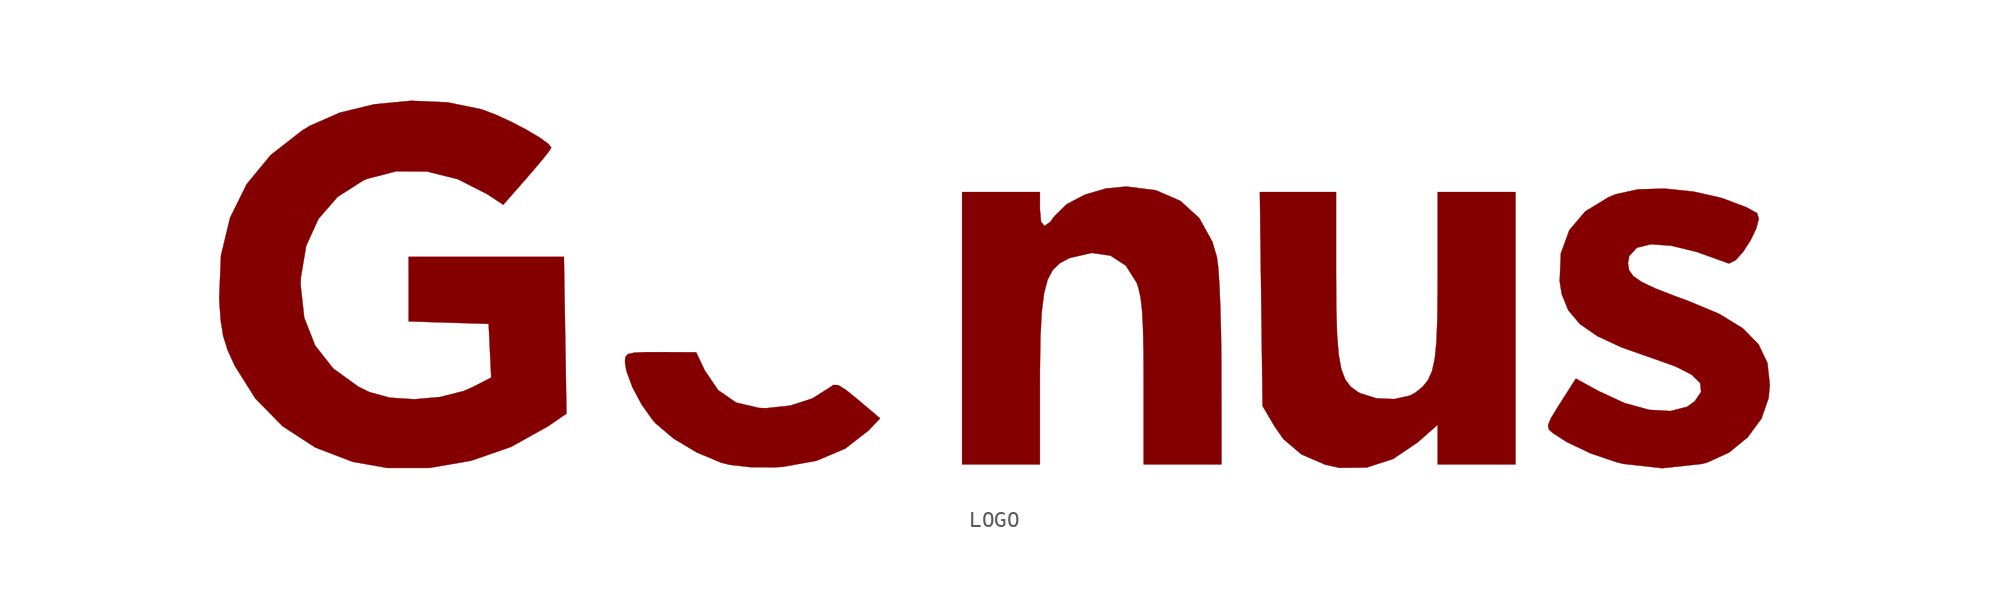
<source format=kicad_sym>
(kicad_symbol_lib
  (version 20210619)
  (generator bitmap2component)
  (symbol "LOGO"
    (pin_names
      (offset 1.016))
    (property "Reference" "#G"
      (at 0 13.416 0)
      (effects (font (size 1.27 1.27)) hide))
    (symbol "LOGO_0_0"
      (polyline (pts (xy -32.853 -11.393) (xy -30.337 -10.519) (xy -28.042 -9.239) (xy -26.886 -8.444) (xy -26.965 -3.547) (xy -27.045 1.351) (xy -36.749 1.351) (xy -36.749 -2.682) (xy -34.249 -2.76) (xy -31.75 -2.837) (xy -31.67 -4.514) (xy -31.59 -6.191) (xy -32.751 -6.788) (xy -33.316 -7.034) (xy -34.777 -7.406) (xy -36.383 -7.548) (xy -37.927 -7.449) (xy -39.204 -7.1) (xy -39.887 -6.764) (xy -41.465 -5.625) (xy -42.596 -4.183) (xy -43.275 -2.446) (xy -43.498 -0.42) (xy -43.485 0.061) (xy -43.152 2.043) (xy -42.382 3.731) (xy -41.192 5.098) (xy -39.597 6.116) (xy -39.339 6.229) (xy -37.528 6.699) (xy -35.608 6.687) (xy -33.678 6.206) (xy -31.834 5.266) (xy -30.837 4.608) (xy -29.335 6.319) (xy -29.078 6.614) (xy -28.441 7.366) (xy -27.998 7.92) (xy -27.832 8.176) (xy -28.007 8.407) (xy -28.566 8.811) (xy -29.388 9.298) (xy -30.348 9.799) (xy -31.32 10.245) (xy -32.18 10.567) (xy -32.21 10.576) (xy -34.316 11.008) (xy -36.6 11.107) (xy -38.9 10.887) (xy -41.056 10.363) (xy -42.907 9.552) (xy -43.414 9.245) (xy -45.373 7.713) (xy -46.871 5.9) (xy -47.907 3.807) (xy -48.48 1.434) (xy -48.59 -1.215) (xy -48.586 -1.325) (xy -48.497 -2.621) (xy -48.339 -3.6) (xy -48.064 -4.472) (xy -47.624 -5.445) (xy -46.324 -7.51) (xy -44.625 -9.238) (xy -42.582 -10.566) (xy -40.233 -11.462) (xy -38.078 -11.841) (xy -35.472 -11.841) (xy -32.853 -11.393)) (stroke (width 0.01)) (fill (type outline)))
      (polyline (pts (xy -13.357 -11.771) (xy -11.259 -11.391) (xy -9.46 -10.63) (xy -8.025 -9.514) (xy -7.285 -8.741) (xy -8.656 -7.584) (xy -8.732 -7.52) (xy -9.451 -6.939) (xy -9.903 -6.667) (xy -10.21 -6.654) (xy -10.495 -6.852) (xy -11.533 -7.503) (xy -12.905 -7.945) (xy -14.408 -8.106) (xy -14.845 -8.091) (xy -16.279 -7.757) (xy -17.406 -6.98) (xy -18.239 -5.751) (xy -18.78 -4.613) (xy -21.009 -4.603) (xy -21.887 -4.604) (xy -22.64 -4.634) (xy -23.044 -4.724) (xy -23.205 -4.904) (xy -23.232 -5.202) (xy -23.144 -5.766) (xy -22.772 -6.782) (xy -22.192 -7.875) (xy -21.495 -8.855) (xy -21.325 -9.046) (xy -20.198 -10.001) (xy -18.764 -10.864) (xy -17.216 -11.513) (xy -16.676 -11.646) (xy -15.403 -11.79) (xy -13.887 -11.802) (xy -13.357 -11.771)) (stroke (width 0.01)) (fill (type outline)))
      (polyline (pts (xy 23.121 -11.814) (xy 24.775 -11.279) (xy 26.311 -10.242) (xy 27.562 -9.141) (xy 27.562 -11.619) (xy 32.425 -11.619) (xy 32.425 5.404) (xy 27.562 5.404) (xy 27.562 0.122) (xy 27.56 -0.723) (xy 27.54 -2.57) (xy 27.484 -3.982) (xy 27.377 -5.033) (xy 27.205 -5.799) (xy 26.954 -6.356) (xy 26.607 -6.78) (xy 26.152 -7.144) (xy 25.831 -7.317) (xy 24.845 -7.537) (xy 23.729 -7.489) (xy 22.723 -7.173) (xy 22.569 -7.089) (xy 22.123 -6.76) (xy 21.785 -6.31) (xy 21.54 -5.669) (xy 21.375 -4.766) (xy 21.275 -3.534) (xy 21.225 -1.901) (xy 21.212 0.202) (xy 21.212 5.404) (xy 18.83 5.404) (xy 16.449 5.404) (xy 16.533 -1.284) (xy 16.618 -7.971) (xy 17.372 -9.253) (xy 17.933 -10.049) (xy 19.043 -10.993) (xy 20.534 -11.637) (xy 21.411 -11.832) (xy 23.121 -11.814)) (stroke (width 0.01)) (fill (type outline)))
      (polyline (pts (xy 44.062 -11.59) (xy 44.398 -11.505) (xy 45.762 -10.883) (xy 46.935 -9.927) (xy 47.801 -8.752) (xy 48.244 -7.471) (xy 48.319 -6.647) (xy 48.172 -5.286) (xy 47.619 -4.12) (xy 46.628 -3.11) (xy 45.165 -2.214) (xy 43.197 -1.392) (xy 42.447 -1.12) (xy 41.173 -0.625) (xy 40.31 -0.216) (xy 39.784 0.15) (xy 39.522 0.521) (xy 39.451 0.943) (xy 39.533 1.408) (xy 40.013 1.925) (xy 40.896 2.139) (xy 42.157 2.048) (xy 43.768 1.654) (xy 45.704 0.956) (xy 45.788 0.941) (xy 46.192 1.151) (xy 46.663 1.681) (xy 47.117 2.383) (xy 47.468 3.114) (xy 47.633 3.728) (xy 47.526 4.081) (xy 46.874 4.443) (xy 45.323 5.03) (xy 43.562 5.429) (xy 41.76 5.617) (xy 40.084 5.571) (xy 38.703 5.269) (xy 38.229 5.076) (xy 36.779 4.189) (xy 35.789 3.021) (xy 35.259 1.568) (xy 35.187 -0.171) (xy 35.315 -0.983) (xy 35.723 -1.985) (xy 36.444 -2.842) (xy 37.536 -3.601) (xy 39.055 -4.308) (xy 41.056 -5.01) (xy 42.403 -5.489) (xy 43.436 -6.012) (xy 43.969 -6.537) (xy 44.024 -7.086) (xy 43.62 -7.681) (xy 43.154 -8.014) (xy 42.101 -8.286) (xy 40.775 -8.208) (xy 39.255 -7.79) (xy 37.622 -7.039) (xy 36.198 -6.257) (xy 35.229 -7.772) (xy 35.068 -8.025) (xy 34.633 -8.743) (xy 34.459 -9.17) (xy 34.512 -9.435) (xy 34.761 -9.664) (xy 35.625 -10.218) (xy 37.109 -10.927) (xy 38.708 -11.472) (xy 39.178 -11.588) (xy 41.595 -11.857) (xy 44.062 -11.59)) (stroke (width 0.01)) (fill (type outline)))
      (polyline (pts (xy 2.702 -6.491) (xy 2.704 -5.702) (xy 2.734 -3.685) (xy 2.814 -2.12) (xy 2.959 -0.941) (xy 3.184 -0.08) (xy 3.504 0.527) (xy 3.935 0.948) (xy 4.492 1.247) (xy 4.587 1.286) (xy 5.934 1.597) (xy 7.117 1.427) (xy 8.075 0.8) (xy 8.748 -0.265) (xy 8.857 -0.579) (xy 8.992 -1.182) (xy 9.086 -1.991) (xy 9.146 -3.09) (xy 9.178 -4.562) (xy 9.187 -6.491) (xy 9.187 -11.619) (xy 14.051 -11.619) (xy 14.044 -5.742) (xy 14.043 -5.206) (xy 14.021 -3.417) (xy 13.978 -1.766) (xy 13.918 -0.354) (xy 13.844 0.719) (xy 13.761 1.351) (xy 13.474 2.309) (xy 12.656 3.78) (xy 11.478 4.851) (xy 9.957 5.511) (xy 8.11 5.746) (xy 6.834 5.625) (xy 5.492 5.231) (xy 4.361 4.63) (xy 3.603 3.887) (xy 3.345 3.535) (xy 2.985 3.279) (xy 2.772 3.541) (xy 2.702 4.323) (xy 2.702 5.404) (xy -2.162 5.404) (xy -2.162 -11.619) (xy 2.702 -11.619) (xy 2.702 -6.491)) (stroke (width 0.01)) (fill (type outline))))))
</source>
